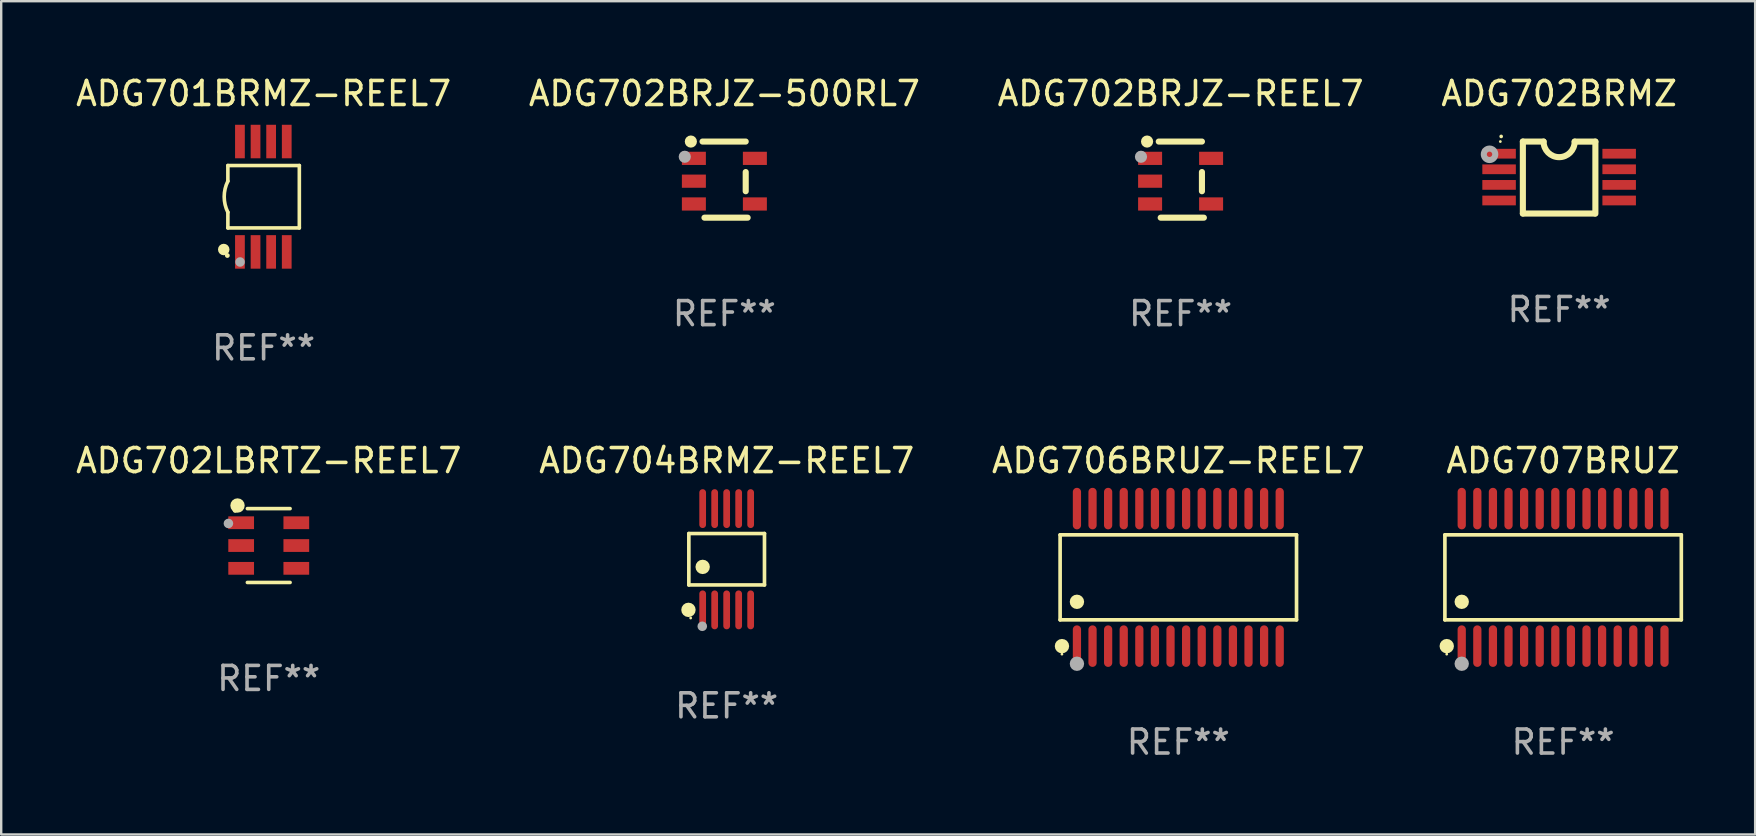
<source format=kicad_pcb>
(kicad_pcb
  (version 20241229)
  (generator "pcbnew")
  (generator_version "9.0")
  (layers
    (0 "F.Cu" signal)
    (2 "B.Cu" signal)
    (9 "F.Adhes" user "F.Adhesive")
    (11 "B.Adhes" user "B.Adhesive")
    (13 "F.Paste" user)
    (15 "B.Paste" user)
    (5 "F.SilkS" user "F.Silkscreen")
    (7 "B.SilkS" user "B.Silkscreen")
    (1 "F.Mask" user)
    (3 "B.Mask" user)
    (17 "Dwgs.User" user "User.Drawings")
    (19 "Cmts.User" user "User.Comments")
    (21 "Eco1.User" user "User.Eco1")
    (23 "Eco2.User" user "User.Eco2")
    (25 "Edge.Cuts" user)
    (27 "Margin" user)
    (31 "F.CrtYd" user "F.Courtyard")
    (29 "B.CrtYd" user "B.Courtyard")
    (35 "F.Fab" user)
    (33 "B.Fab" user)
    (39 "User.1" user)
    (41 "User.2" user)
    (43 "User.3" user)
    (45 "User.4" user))
  (footprint "ADG704BRMZ-REEL7"
    (layer "F.Cu")
    (at 27.232 20.255)
    (property "Reference" "ADG704BRMZ-REEL7" (at 0 -4.11 0) (layer "F.SilkS") (effects (font (size 1 1) (thickness 0.15))))
    (attr through_hole)
    (fp_line (start -1.576 -1.071) (end 1.576 -1.071) (stroke (width 0.152) (type solid)) (layer "F.SilkS"))
    (fp_line (start -1.576 1.071) (end -1.576 -1.071) (stroke (width 0.152) (type solid)) (layer "F.SilkS"))
    (fp_line (start 1.576 -1.071) (end 1.576 1.071) (stroke (width 0.152) (type solid)) (layer "F.SilkS"))
    (fp_line (start 1.576 1.071) (end -1.576 1.071) (stroke (width 0.152) (type solid)) (layer "F.SilkS"))
    (fp_circle (center -1.592 2.11) (end -1.442 2.11) (stroke (width 0.3) (type solid)) (fill no) (layer "F.SilkS"))
    (fp_circle (center -1.5 2.45) (end -1.47 2.45) (stroke (width 0.06) (type solid)) (fill no) (layer "F.SilkS"))
    (fp_circle (center -1 0.319) (end -0.85 0.319) (stroke (width 0.3) (type solid)) (fill no) (layer "F.SilkS"))
    (fp_circle (center -1.016 2.794) (end -0.916 2.794) (stroke (width 0.2) (type solid)) (fill no) (layer "F.Fab"))
    (fp_text user "REF**" (at 0 6.11 0) (layer "F.Fab") (effects (font (size 1 1) (thickness 0.15))))
    (pad "1" smd oval (at -1 2.11) (size 0.28 1.62) (layers "F.Cu" "F.Mask" "F.Paste"))
    (pad "2" smd oval (at -0.5 2.11) (size 0.28 1.62) (layers "F.Cu" "F.Mask" "F.Paste"))
    (pad "3" smd oval (at 0 2.11) (size 0.28 1.62) (layers "F.Cu" "F.Mask" "F.Paste"))
    (pad "4" smd oval (at 0.5 2.11) (size 0.28 1.62) (layers "F.Cu" "F.Mask" "F.Paste"))
    (pad "5" smd oval (at 1 2.11) (size 0.28 1.62) (layers "F.Cu" "F.Mask" "F.Paste"))
    (pad "6" smd oval (at 1 -2.11) (size 0.28 1.62) (layers "F.Cu" "F.Mask" "F.Paste"))
    (pad "7" smd oval (at 0.5 -2.11) (size 0.28 1.62) (layers "F.Cu" "F.Mask" "F.Paste"))
    (pad "8" smd oval (at 0 -2.11) (size 0.28 1.62) (layers "F.Cu" "F.Mask" "F.Paste"))
    (pad "9" smd oval (at -0.5 -2.11) (size 0.28 1.62) (layers "F.Cu" "F.Mask" "F.Paste"))
    (pad "10" smd oval (at -1 -2.11) (size 0.28 1.62) (layers "F.Cu" "F.Mask" "F.Paste")))
  (footprint "ADG706BRUZ-REEL7"
    (layer "F.Cu")
    (at 46.054 21.01)
    (property "Reference" "ADG706BRUZ-REEL7" (at 0 -4.866 0) (layer "F.SilkS") (effects (font (size 1 1) (thickness 0.15))))
    (attr through_hole)
    (fp_line (start -4.926 -1.772) (end 4.926 -1.772) (stroke (width 0.152) (type solid)) (layer "F.SilkS"))
    (fp_line (start -4.926 1.771) (end -4.926 -1.772) (stroke (width 0.152) (type solid)) (layer "F.SilkS"))
    (fp_line (start 4.926 -1.772) (end 4.926 1.771) (stroke (width 0.152) (type solid)) (layer "F.SilkS"))
    (fp_line (start 4.926 1.771) (end -4.926 1.771) (stroke (width 0.152) (type solid)) (layer "F.SilkS"))
    (fp_circle (center -4.85 3.2) (end -4.82 3.2) (stroke (width 0.06) (type solid)) (fill no) (layer "F.SilkS"))
    (fp_circle (center -4.849 2.866) (end -4.699 2.866) (stroke (width 0.3) (type solid)) (fill no) (layer "F.SilkS"))
    (fp_circle (center -4.225 1.019) (end -4.075 1.019) (stroke (width 0.3) (type solid)) (fill no) (layer "F.SilkS"))
    (fp_circle (center -4.225 3.6) (end -4.075 3.6) (stroke (width 0.3) (type solid)) (fill no) (layer "F.Fab"))
    (fp_text user "REF**" (at 0 6.866 0) (layer "F.Fab") (effects (font (size 1 1) (thickness 0.15))))
    (pad "1" smd oval (at -4.225 2.866) (size 0.343 1.731) (layers "F.Cu" "F.Mask" "F.Paste"))
    (pad "2" smd oval (at -3.575 2.866) (size 0.343 1.731) (layers "F.Cu" "F.Mask" "F.Paste"))
    (pad "3" smd oval (at -2.925 2.866) (size 0.343 1.731) (layers "F.Cu" "F.Mask" "F.Paste"))
    (pad "4" smd oval (at -2.275 2.866) (size 0.343 1.731) (layers "F.Cu" "F.Mask" "F.Paste"))
    (pad "5" smd oval (at -1.625 2.866) (size 0.343 1.731) (layers "F.Cu" "F.Mask" "F.Paste"))
    (pad "6" smd oval (at -0.975 2.866) (size 0.343 1.731) (layers "F.Cu" "F.Mask" "F.Paste"))
    (pad "7" smd oval (at -0.325 2.866) (size 0.343 1.731) (layers "F.Cu" "F.Mask" "F.Paste"))
    (pad "8" smd oval (at 0.325 2.866) (size 0.343 1.731) (layers "F.Cu" "F.Mask" "F.Paste"))
    (pad "9" smd oval (at 0.975 2.866) (size 0.343 1.731) (layers "F.Cu" "F.Mask" "F.Paste"))
    (pad "10" smd oval (at 1.625 2.866) (size 0.343 1.731) (layers "F.Cu" "F.Mask" "F.Paste"))
    (pad "11" smd oval (at 2.275 2.866) (size 0.343 1.731) (layers "F.Cu" "F.Mask" "F.Paste"))
    (pad "12" smd oval (at 2.925 2.866) (size 0.343 1.731) (layers "F.Cu" "F.Mask" "F.Paste"))
    (pad "13" smd oval (at 3.575 2.866) (size 0.343 1.731) (layers "F.Cu" "F.Mask" "F.Paste"))
    (pad "14" smd oval (at 4.225 2.866) (size 0.343 1.731) (layers "F.Cu" "F.Mask" "F.Paste"))
    (pad "15" smd oval (at 4.225 -2.866) (size 0.343 1.731) (layers "F.Cu" "F.Mask" "F.Paste"))
    (pad "16" smd oval (at 3.575 -2.866) (size 0.343 1.731) (layers "F.Cu" "F.Mask" "F.Paste"))
    (pad "17" smd oval (at 2.925 -2.866) (size 0.343 1.731) (layers "F.Cu" "F.Mask" "F.Paste"))
    (pad "18" smd oval (at 2.275 -2.866) (size 0.343 1.731) (layers "F.Cu" "F.Mask" "F.Paste"))
    (pad "19" smd oval (at 1.625 -2.866) (size 0.343 1.731) (layers "F.Cu" "F.Mask" "F.Paste"))
    (pad "20" smd oval (at 0.975 -2.866) (size 0.343 1.731) (layers "F.Cu" "F.Mask" "F.Paste"))
    (pad "21" smd oval (at 0.325 -2.866) (size 0.343 1.731) (layers "F.Cu" "F.Mask" "F.Paste"))
    (pad "22" smd oval (at -0.325 -2.866) (size 0.343 1.731) (layers "F.Cu" "F.Mask" "F.Paste"))
    (pad "23" smd oval (at -0.975 -2.866) (size 0.343 1.731) (layers "F.Cu" "F.Mask" "F.Paste"))
    (pad "24" smd oval (at -1.625 -2.866) (size 0.343 1.731) (layers "F.Cu" "F.Mask" "F.Paste"))
    (pad "25" smd oval (at -2.275 -2.866) (size 0.343 1.731) (layers "F.Cu" "F.Mask" "F.Paste"))
    (pad "26" smd oval (at -2.925 -2.866) (size 0.343 1.731) (layers "F.Cu" "F.Mask" "F.Paste"))
    (pad "27" smd oval (at -3.575 -2.866) (size 0.343 1.731) (layers "F.Cu" "F.Mask" "F.Paste"))
    (pad "28" smd oval (at -4.225 -2.866) (size 0.343 1.731) (layers "F.Cu" "F.Mask" "F.Paste")))
  (footprint "ADG701BRMZ-REEL7"
    (layer "F.Cu")
    (at 7.935 5.148)
    (property "Reference" "ADG701BRMZ-REEL7" (at 0 -4.3 0) (layer "F.SilkS") (effects (font (size 1 1) (thickness 0.15))))
    (attr through_hole)
    (fp_line (start -1.489 -1.3) (end -1.489 -0.648) (stroke (width 0.15) (type solid)) (layer "F.SilkS"))
    (fp_line (start -1.489 0.648) (end -1.489 1.3) (stroke (width 0.15) (type solid)) (layer "F.SilkS"))
    (fp_line (start -1.489 1.3) (end 1.489 1.3) (stroke (width 0.15) (type solid)) (layer "F.SilkS"))
    (fp_line (start 1.489 -1.3) (end -1.489 -1.3) (stroke (width 0.15) (type solid)) (layer "F.SilkS"))
    (fp_line (start 1.489 1.3) (end 1.489 -1.3) (stroke (width 0.15) (type solid)) (layer "F.SilkS"))
    (fp_arc (start -1.489205 0.647702) (mid -1.642107 0) (end -1.489205 -0.647701) (stroke (width 0.150013) (type solid)) (layer "F.SilkS"))
    (fp_circle (center -1.661 2.2) (end -1.541 2.2) (stroke (width 0.24) (type solid)) (fill no) (layer "F.SilkS"))
    (fp_circle (center -1.511 2.45) (end -1.461 2.45) (stroke (width 0.1) (type solid)) (fill no) (layer "F.SilkS"))
    (fp_circle (center -0.981 2.72) (end -0.881 2.72) (stroke (width 0.2) (type solid)) (fill no) (layer "F.Fab"))
    (fp_text user "REF**" (at 0 6.3 0) (layer "F.Fab") (effects (font (size 1 1) (thickness 0.15))))
    (pad "1" smd rect (at -0.986 2.3) (size 0.406 1.397) (layers "F.Cu" "F.Mask" "F.Paste"))
    (pad "2" smd rect (at -0.336 2.3) (size 0.406 1.397) (layers "F.Cu" "F.Mask" "F.Paste"))
    (pad "3" smd rect (at 0.314 2.3) (size 0.406 1.397) (layers "F.Cu" "F.Mask" "F.Paste"))
    (pad "4" smd rect (at 0.964 2.3) (size 0.406 1.397) (layers "F.Cu" "F.Mask" "F.Paste"))
    (pad "5" smd rect (at 0.964 -2.3) (size 0.406 1.397) (layers "F.Cu" "F.Mask" "F.Paste"))
    (pad "6" smd rect (at 0.314 -2.3) (size 0.406 1.397) (layers "F.Cu" "F.Mask" "F.Paste"))
    (pad "7" smd rect (at -0.336 -2.3) (size 0.406 1.397) (layers "F.Cu" "F.Mask" "F.Paste"))
    (pad "8" smd rect (at -0.986 -2.3) (size 0.406 1.397) (layers "F.Cu" "F.Mask" "F.Paste")))
  (footprint "ADG702BRJZ-REEL7"
    (layer "F.Cu")
    (at 46.149 4.435)
    (property "Reference" "ADG702BRJZ-REEL7" (at 0 -3.586 0) (layer "F.SilkS") (effects (font (size 1 1) (thickness 0.15))))
    (attr through_hole)
    (fp_line (start 0.889 -1.586) (end -0.911 -1.586) (stroke (width 0.254) (type solid)) (layer "F.SilkS"))
    (fp_line (start 0.889 -0.316) (end 0.889 0.484) (stroke (width 0.254) (type solid)) (layer "F.SilkS"))
    (fp_line (start 0.97 1.586) (end -0.83 1.586) (stroke (width 0.254) (type solid)) (layer "F.SilkS"))
    (fp_circle (center -1.397 -1.586) (end -1.27 -1.586) (stroke (width 0.254) (type solid)) (fill no) (layer "F.SilkS"))
    (fp_circle (center -1.317 -1.469) (end -1.287 -1.469) (stroke (width 0.06) (type solid)) (fill no) (layer "F.SilkS"))
    (fp_circle (center -1.651 -0.952) (end -1.524 -0.952) (stroke (width 0.254) (type solid)) (fill no) (layer "F.Fab"))
    (fp_text user "REF**" (at 0 5.586 0) (layer "F.Fab") (effects (font (size 1 1) (thickness 0.15))))
    (pad "1" smd rect (at -1.271 -0.886 270) (size 0.55 1) (layers "F.Cu" "F.Mask" "F.Paste"))
    (pad "2" smd rect (at -1.271 0.065 270) (size 0.55 1) (layers "F.Cu" "F.Mask" "F.Paste"))
    (pad "3" smd rect (at -1.271 1.015 270) (size 0.55 1) (layers "F.Cu" "F.Mask" "F.Paste"))
    (pad "4" smd rect (at 1.271 1.015 270) (size 0.55 1) (layers "F.Cu" "F.Mask" "F.Paste"))
    (pad "5" smd rect (at 1.271 -0.886 270) (size 0.55 1) (layers "F.Cu" "F.Mask" "F.Paste")))
  (footprint "ADG702BRJZ-500RL7"
    (layer "F.Cu")
    (at 27.137 4.435)
    (property "Reference" "ADG702BRJZ-500RL7" (at 0 -3.586 0) (layer "F.SilkS") (effects (font (size 1 1) (thickness 0.15))))
    (attr through_hole)
    (fp_line (start 0.889 -1.586) (end -0.911 -1.586) (stroke (width 0.254) (type solid)) (layer "F.SilkS"))
    (fp_line (start 0.889 -0.316) (end 0.889 0.484) (stroke (width 0.254) (type solid)) (layer "F.SilkS"))
    (fp_line (start 0.97 1.586) (end -0.83 1.586) (stroke (width 0.254) (type solid)) (layer "F.SilkS"))
    (fp_circle (center -1.397 -1.586) (end -1.27 -1.586) (stroke (width 0.254) (type solid)) (fill no) (layer "F.SilkS"))
    (fp_circle (center -1.317 -1.469) (end -1.287 -1.469) (stroke (width 0.06) (type solid)) (fill no) (layer "F.SilkS"))
    (fp_circle (center -1.651 -0.952) (end -1.524 -0.952) (stroke (width 0.254) (type solid)) (fill no) (layer "F.Fab"))
    (fp_text user "REF**" (at 0 5.586 0) (layer "F.Fab") (effects (font (size 1 1) (thickness 0.15))))
    (pad "1" smd rect (at -1.271 -0.886 270) (size 0.55 1) (layers "F.Cu" "F.Mask" "F.Paste"))
    (pad "2" smd rect (at -1.271 0.065 270) (size 0.55 1) (layers "F.Cu" "F.Mask" "F.Paste"))
    (pad "3" smd rect (at -1.271 1.015 270) (size 0.55 1) (layers "F.Cu" "F.Mask" "F.Paste"))
    (pad "4" smd rect (at 1.271 1.015 270) (size 0.55 1) (layers "F.Cu" "F.Mask" "F.Paste"))
    (pad "5" smd rect (at 1.271 -0.886 270) (size 0.55 1) (layers "F.Cu" "F.Mask" "F.Paste")))
  (footprint "ADG707BRUZ"
    (layer "F.Cu")
    (at 62.089 21.01)
    (property "Reference" "ADG707BRUZ" (at 0 -4.866 0) (layer "F.SilkS") (effects (font (size 1 1) (thickness 0.15))))
    (attr through_hole)
    (fp_line (start -4.926 -1.772) (end 4.926 -1.772) (stroke (width 0.152) (type solid)) (layer "F.SilkS"))
    (fp_line (start -4.926 1.771) (end -4.926 -1.772) (stroke (width 0.152) (type solid)) (layer "F.SilkS"))
    (fp_line (start 4.926 -1.772) (end 4.926 1.771) (stroke (width 0.152) (type solid)) (layer "F.SilkS"))
    (fp_line (start 4.926 1.771) (end -4.926 1.771) (stroke (width 0.152) (type solid)) (layer "F.SilkS"))
    (fp_circle (center -4.85 3.2) (end -4.82 3.2) (stroke (width 0.06) (type solid)) (fill no) (layer "F.SilkS"))
    (fp_circle (center -4.849 2.866) (end -4.699 2.866) (stroke (width 0.3) (type solid)) (fill no) (layer "F.SilkS"))
    (fp_circle (center -4.225 1.019) (end -4.075 1.019) (stroke (width 0.3) (type solid)) (fill no) (layer "F.SilkS"))
    (fp_circle (center -4.225 3.6) (end -4.075 3.6) (stroke (width 0.3) (type solid)) (fill no) (layer "F.Fab"))
    (fp_text user "REF**" (at 0 6.866 0) (layer "F.Fab") (effects (font (size 1 1) (thickness 0.15))))
    (pad "1" smd oval (at -4.225 2.866) (size 0.343 1.731) (layers "F.Cu" "F.Mask" "F.Paste"))
    (pad "2" smd oval (at -3.575 2.866) (size 0.343 1.731) (layers "F.Cu" "F.Mask" "F.Paste"))
    (pad "3" smd oval (at -2.925 2.866) (size 0.343 1.731) (layers "F.Cu" "F.Mask" "F.Paste"))
    (pad "4" smd oval (at -2.275 2.866) (size 0.343 1.731) (layers "F.Cu" "F.Mask" "F.Paste"))
    (pad "5" smd oval (at -1.625 2.866) (size 0.343 1.731) (layers "F.Cu" "F.Mask" "F.Paste"))
    (pad "6" smd oval (at -0.975 2.866) (size 0.343 1.731) (layers "F.Cu" "F.Mask" "F.Paste"))
    (pad "7" smd oval (at -0.325 2.866) (size 0.343 1.731) (layers "F.Cu" "F.Mask" "F.Paste"))
    (pad "8" smd oval (at 0.325 2.866) (size 0.343 1.731) (layers "F.Cu" "F.Mask" "F.Paste"))
    (pad "9" smd oval (at 0.975 2.866) (size 0.343 1.731) (layers "F.Cu" "F.Mask" "F.Paste"))
    (pad "10" smd oval (at 1.625 2.866) (size 0.343 1.731) (layers "F.Cu" "F.Mask" "F.Paste"))
    (pad "11" smd oval (at 2.275 2.866) (size 0.343 1.731) (layers "F.Cu" "F.Mask" "F.Paste"))
    (pad "12" smd oval (at 2.925 2.866) (size 0.343 1.731) (layers "F.Cu" "F.Mask" "F.Paste"))
    (pad "13" smd oval (at 3.575 2.866) (size 0.343 1.731) (layers "F.Cu" "F.Mask" "F.Paste"))
    (pad "14" smd oval (at 4.225 2.866) (size 0.343 1.731) (layers "F.Cu" "F.Mask" "F.Paste"))
    (pad "15" smd oval (at 4.225 -2.866) (size 0.343 1.731) (layers "F.Cu" "F.Mask" "F.Paste"))
    (pad "16" smd oval (at 3.575 -2.866) (size 0.343 1.731) (layers "F.Cu" "F.Mask" "F.Paste"))
    (pad "17" smd oval (at 2.925 -2.866) (size 0.343 1.731) (layers "F.Cu" "F.Mask" "F.Paste"))
    (pad "18" smd oval (at 2.275 -2.866) (size 0.343 1.731) (layers "F.Cu" "F.Mask" "F.Paste"))
    (pad "19" smd oval (at 1.625 -2.866) (size 0.343 1.731) (layers "F.Cu" "F.Mask" "F.Paste"))
    (pad "20" smd oval (at 0.975 -2.866) (size 0.343 1.731) (layers "F.Cu" "F.Mask" "F.Paste"))
    (pad "21" smd oval (at 0.325 -2.866) (size 0.343 1.731) (layers "F.Cu" "F.Mask" "F.Paste"))
    (pad "22" smd oval (at -0.325 -2.866) (size 0.343 1.731) (layers "F.Cu" "F.Mask" "F.Paste"))
    (pad "23" smd oval (at -0.975 -2.866) (size 0.343 1.731) (layers "F.Cu" "F.Mask" "F.Paste"))
    (pad "24" smd oval (at -1.625 -2.866) (size 0.343 1.731) (layers "F.Cu" "F.Mask" "F.Paste"))
    (pad "25" smd oval (at -2.275 -2.866) (size 0.343 1.731) (layers "F.Cu" "F.Mask" "F.Paste"))
    (pad "26" smd oval (at -2.925 -2.866) (size 0.343 1.731) (layers "F.Cu" "F.Mask" "F.Paste"))
    (pad "27" smd oval (at -3.575 -2.866) (size 0.343 1.731) (layers "F.Cu" "F.Mask" "F.Paste"))
    (pad "28" smd oval (at -4.225 -2.866) (size 0.343 1.731) (layers "F.Cu" "F.Mask" "F.Paste")))
  (footprint "ADG702BRMZ"
    (layer "F.Cu")
    (at 61.923 4.35)
    (property "Reference" "ADG702BRMZ" (at 0 -3.501 0) (layer "F.SilkS") (effects (font (size 1 1) (thickness 0.15))))
    (attr through_hole)
    (fp_line (start -1.511 -1.501) (end -1.511 1.499) (stroke (width 0.254) (type solid)) (layer "F.SilkS"))
    (fp_line (start -1.511 -1.501) (end -0.648 -1.501) (stroke (width 0.254) (type solid)) (layer "F.SilkS"))
    (fp_line (start -1.511 1.499) (end 1.489 1.499) (stroke (width 0.254) (type solid)) (layer "F.SilkS"))
    (fp_line (start 0.648 -1.499) (end 1.511 -1.499) (stroke (width 0.254) (type solid)) (layer "F.SilkS"))
    (fp_line (start 1.511 -1.499) (end 1.511 1.501) (stroke (width 0.254) (type solid)) (layer "F.SilkS"))
    (fp_arc (start -2.41491 -1.713233) (mid -2.414916 -1.714503) (end -2.41491 -1.715773) (stroke (width 0.150013) (type solid)) (layer "F.SilkS"))
    (fp_arc (start 0.647803 -1.498603) (mid 0.000102 -0.850902) (end -0.647599 -1.498603) (stroke (width 0.254001) (type solid)) (layer "F.SilkS"))
    (fp_circle (center -2.45 -1.501) (end -2.42 -1.501) (stroke (width 0.06) (type solid)) (fill no) (layer "F.SilkS"))
    (fp_circle (center -2.9 -0.97) (end -2.788 -0.97) (stroke (width 0.254) (type solid)) (fill no) (layer "F.Fab"))
    (fp_text user "REF**" (at 0 5.501 0) (layer "F.Fab") (effects (font (size 1 1) (thickness 0.15))))
    (pad "1" smd rect (at -2.502 -0.995) (size 1.397 0.406) (layers "F.Cu" "F.Mask" "F.Paste"))
    (pad "2" smd rect (at -2.502 -0.345) (size 1.397 0.406) (layers "F.Cu" "F.Mask" "F.Paste"))
    (pad "3" smd rect (at -2.502 0.305) (size 1.397 0.406) (layers "F.Cu" "F.Mask" "F.Paste"))
    (pad "4" smd rect (at -2.502 0.955) (size 1.397 0.406) (layers "F.Cu" "F.Mask" "F.Paste"))
    (pad "5" smd rect (at 2.502 0.955) (size 1.397 0.406) (layers "F.Cu" "F.Mask" "F.Paste"))
    (pad "6" smd rect (at 2.502 0.305) (size 1.397 0.406) (layers "F.Cu" "F.Mask" "F.Paste"))
    (pad "7" smd rect (at 2.502 -0.345) (size 1.397 0.406) (layers "F.Cu" "F.Mask" "F.Paste"))
    (pad "8" smd rect (at 2.502 -0.995) (size 1.397 0.406) (layers "F.Cu" "F.Mask" "F.Paste")))
  (footprint "ADG702LBRTZ-REEL7"
    (layer "F.Cu")
    (at 8.149 19.684)
    (property "Reference" "ADG702LBRTZ-REEL7" (at 0 -3.539 0) (layer "F.SilkS") (effects (font (size 1 1) (thickness 0.15))))
    (attr through_hole)
    (fp_line (start -0.889 -1.539) (end 0.889 -1.539) (stroke (width 0.152) (type solid)) (layer "F.SilkS"))
    (fp_line (start -0.889 1.539) (end 0.889 1.539) (stroke (width 0.152) (type solid)) (layer "F.SilkS"))
    (fp_circle (center -1.4 -1.463) (end -1.35 -1.463) (stroke (width 0.1) (type solid)) (fill no) (layer "F.SilkS"))
    (fp_circle (center -1.301 -1.668) (end -1.151 -1.668) (stroke (width 0.3) (type solid)) (fill no) (layer "F.SilkS"))
    (fp_circle (center -1.68 -0.92) (end -1.58 -0.92) (stroke (width 0.2) (type solid)) (fill no) (layer "F.Fab"))
    (fp_text user "REF**" (at 0 5.539 0) (layer "F.Fab") (effects (font (size 1 1) (thickness 0.15))))
    (pad "1" smd rect (at -1.149 -0.95 270) (size 0.532 1.072) (layers "F.Cu" "F.Mask" "F.Paste"))
    (pad "2" smd rect (at -1.149 0.000102 270) (size 0.532 1.072) (layers "F.Cu" "F.Mask" "F.Paste"))
    (pad "3" smd rect (at -1.149 0.95 270) (size 0.532 1.072) (layers "F.Cu" "F.Mask" "F.Paste"))
    (pad "4" smd rect (at 1.149 0.95 270) (size 0.532 1.072) (layers "F.Cu" "F.Mask" "F.Paste"))
    (pad "5" smd rect (at 1.149 0.000102 270) (size 0.532 1.072) (layers "F.Cu" "F.Mask" "F.Paste"))
    (pad "6" smd rect (at 1.149 -0.95 270) (size 0.532 1.072) (layers "F.Cu" "F.Mask" "F.Paste")))
  (gr_rect
    (start -3 -3)
    (end 70.092 31.724)
    (stroke (width 0.1) (type default))
    (fill no)
    (layer "Edge.Cuts")))
</source>
